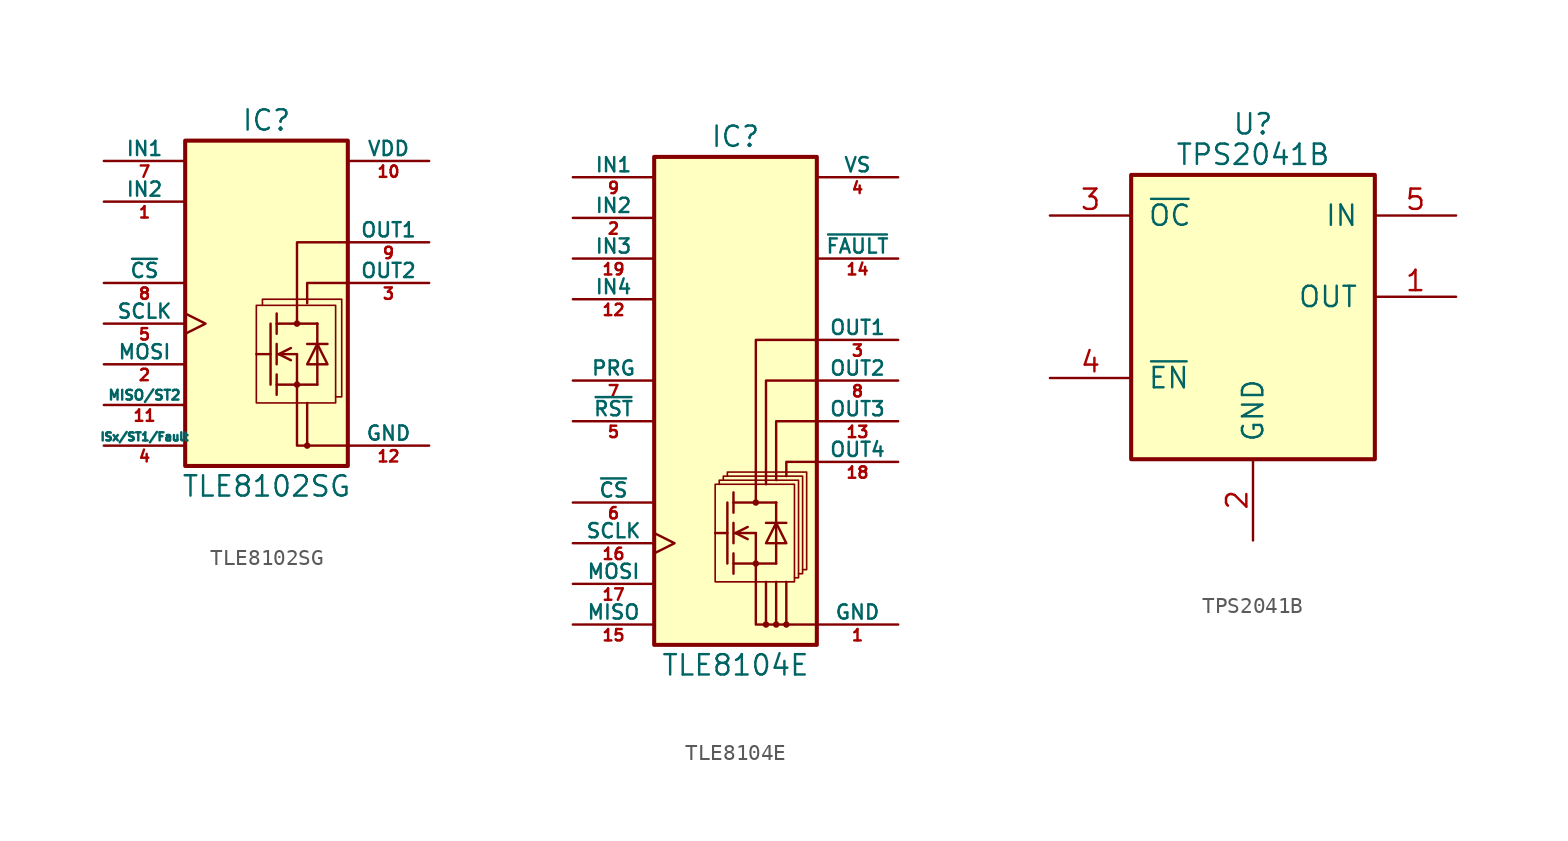
<source format=kicad_sym>
(kicad_symbol_lib
  (version 20201005)
  (generator kicad_symbol_editor)
  (symbol "Power_Management:TLE8102SG"
    (pin_names
      (offset 0))
    (property "Reference" "IC"
      (at 0 12.7 0)
      (effects (font (size 1.27 1.27))))
    (property "Value" "TLE8102SG"
      (at 0 -10.16 0)
      (effects (font (size 1.27 1.27))))
    (symbol "TLE8102SG_0_1"
      (circle (center 1.905 -3.81) (radius 0.127) (stroke (width 0.152)) (fill (type none)))
      (circle (center 1.905 0) (radius 0.127) (stroke (width 0.152)) (fill (type none)))
      (circle (center 2.54 -7.62) (radius 0.127) (stroke (width 0.152)) (fill (type none)))
      (rectangle (start -5.08 11.43) (end 5.08 -8.89) (stroke (width 0.254)) (fill (type background)))
      (rectangle (start -0.635 1.143) (end 4.318 -4.953) (stroke (width 0.102)) (fill (type background)))
      (polyline (pts (xy -0.635 -1.905) (xy 0.254 -1.905)) (stroke (width 0.152)) (fill (type none)))
      (polyline (pts (xy 0.254 0) (xy 0.254 -3.81)) (stroke (width 0.152)) (fill (type none)))
      (polyline (pts (xy 0.635 -3.81) (xy 3.175 -3.81)) (stroke (width 0.152)) (fill (type none)))
      (polyline (pts (xy 0.635 -3.175) (xy 0.635 -4.445)) (stroke (width 0.152)) (fill (type none)))
      (polyline (pts (xy 0.635 -1.27) (xy 0.635 -2.54)) (stroke (width 0.152)) (fill (type none)))
      (polyline (pts (xy 0.635 0.635) (xy 0.635 -0.635)) (stroke (width 0.152)) (fill (type none)))
      (polyline (pts (xy 0.762 -1.905) (xy 1.524 -2.286)) (stroke (width 0.152)) (fill (type none)))
      (polyline (pts (xy 0.762 -1.905) (xy 1.524 -1.524)) (stroke (width 0.152)) (fill (type none)))
      (polyline (pts (xy 0.762 -1.905) (xy 1.905 -1.905)) (stroke (width 0)) (fill (type none)))
      (polyline (pts (xy 2.54 -4.953) (xy 2.54 -7.62)) (stroke (width 0.152)) (fill (type none)))
      (polyline (pts (xy 2.54 -1.27) (xy 3.81 -1.27)) (stroke (width 0.152)) (fill (type none)))
      (polyline (pts (xy 3.175 0) (xy 0.635 0)) (stroke (width 0.152)) (fill (type none)))
      (polyline (pts (xy 3.175 0) (xy 3.175 -3.81)) (stroke (width 0.152)) (fill (type none)))
      (polyline (pts (xy 3.175 0) (xy 3.175 0)) (stroke (width 0)) (fill (type none)))
      (polyline (pts (xy 5.08 -7.62) (xy 2.54 -7.62)) (stroke (width 0.152)) (fill (type none)))
      (polyline (pts (xy 1.905 -1.905) (xy 1.905 -2.54) (xy 1.905 -3.81)) (stroke (width 0.152)) (fill (type none)))
      (polyline (pts (xy 1.905 0) (xy 1.905 5.08) (xy 5.08 5.08)) (stroke (width 0.152)) (fill (type none)))
      (polyline (pts (xy 2.54 -7.62) (xy 1.905 -7.62) (xy 1.905 -3.81)) (stroke (width 0.152)) (fill (type none)))
      (polyline (pts (xy 5.08 2.54) (xy 2.54 2.54) (xy 2.54 1.27)) (stroke (width 0.152)) (fill (type none)))
      (polyline (pts (xy 3.175 -1.27) (xy 2.54 -2.54) (xy 3.81 -2.54) (xy 3.175 -1.27)) (stroke (width 0.152)) (fill (type none)))
      (polyline (pts (xy -0.254 1.143) (xy -0.254 1.524) (xy 4.699 1.524) (xy 4.699 -4.572) (xy 4.318 -4.572)) (stroke (width 0.102)) (fill (type background))))
    (symbol "TLE8102SG_1_1"
      (pin input line (at -10.16 7.62 0) (length 5.08) (name "IN2" (effects (font (size 0.889 0.889)))) (number "1" (effects (font (size 0.711 0.711)))))
      (pin power_in line (at 10.16 10.16 180) (length 5.08) (name "VDD" (effects (font (size 0.889 0.889)))) (number "10" (effects (font (size 0.711 0.711)))))
      (pin passive line (at -10.16 -5.08 0) (length 5.08) (name "MISO/ST2" (effects (font (size 0.61 0.61)))) (number "11" (effects (font (size 0.711 0.711)))))
      (pin power_in line (at 10.16 -7.62 180) (length 5.08) (name "GND" (effects (font (size 0.889 0.889)))) (number "12" (effects (font (size 0.711 0.711)))))
      (pin passive line (at 10.16 -7.62 180) (length 5.08) hide (name "GND" (effects (font (size 0.889 0.889)))) (number "13" (effects (font (size 0.711 0.711)))))
      (pin input line (at -10.16 -2.54 0) (length 5.08) (name "MOSI" (effects (font (size 0.889 0.889)))) (number "2" (effects (font (size 0.711 0.711)))))
      (pin open_collector line (at 10.16 2.54 180) (length 5.08) (name "OUT2" (effects (font (size 0.889 0.889)))) (number "3" (effects (font (size 0.711 0.711)))))
      (pin passive line (at -10.16 -7.62 0) (length 5.08) (name "ISx/ST1/Fault" (effects (font (size 0.508 0.508)))) (number "4" (effects (font (size 0.711 0.711)))))
      (pin input clock (at -10.16 0 0) (length 5.08) (name "SCLK" (effects (font (size 0.889 0.889)))) (number "5" (effects (font (size 0.711 0.711)))))
      (pin passive line (at 10.16 -7.62 180) (length 5.08) hide (name "GND" (effects (font (size 0.889 0.889)))) (number "6" (effects (font (size 0.711 0.711)))))
      (pin input line (at -10.16 10.16 0) (length 5.08) (name "IN1" (effects (font (size 0.889 0.889)))) (number "7" (effects (font (size 0.711 0.711)))))
      (pin input line (at -10.16 2.54 0) (length 5.08) (name "~CS" (effects (font (size 0.889 0.889)))) (number "8" (effects (font (size 0.711 0.711)))))
      (pin open_collector line (at 10.16 5.08 180) (length 5.08) (name "OUT1" (effects (font (size 0.889 0.889)))) (number "9" (effects (font (size 0.711 0.711)))))))
  (symbol "Power_Management:TLE8104E"
    (pin_names
      (offset 0))
    (property "Reference" "IC"
      (at 0 17.78 0)
      (effects (font (size 1.27 1.27))))
    (property "Value" "TLE8104E"
      (at 0 -15.24 0)
      (effects (font (size 1.27 1.27))))
    (symbol "TLE8104E_0_1"
      (circle (center 1.27 -8.89) (radius 0.127) (stroke (width 0.152)) (fill (type none)))
      (circle (center 1.27 -5.08) (radius 0.127) (stroke (width 0.152)) (fill (type none)))
      (circle (center 1.905 -12.7) (radius 0.127) (stroke (width 0.152)) (fill (type none)))
      (circle (center 2.54 -12.7) (radius 0.127) (stroke (width 0.152)) (fill (type none)))
      (circle (center 3.175 -12.7) (radius 0.127) (stroke (width 0.152)) (fill (type none)))
      (rectangle (start -5.08 16.51) (end 5.08 -13.97) (stroke (width 0.254)) (fill (type background)))
      (rectangle (start -1.27 -3.937) (end 3.683 -10.033) (stroke (width 0.102)) (fill (type background)))
      (polyline (pts (xy -1.27 -6.985) (xy -0.508 -6.985)) (stroke (width 0.152)) (fill (type none)))
      (polyline (pts (xy -0.508 -5.08) (xy -0.508 -8.89)) (stroke (width 0.152)) (fill (type none)))
      (polyline (pts (xy -0.127 -8.89) (xy 2.54 -8.89)) (stroke (width 0.152)) (fill (type none)))
      (polyline (pts (xy -0.127 -8.255) (xy -0.127 -9.525)) (stroke (width 0.152)) (fill (type none)))
      (polyline (pts (xy -0.127 -6.35) (xy -0.127 -7.62)) (stroke (width 0.152)) (fill (type none)))
      (polyline (pts (xy -0.127 -4.445) (xy -0.127 -5.715)) (stroke (width 0.152)) (fill (type none)))
      (polyline (pts (xy 0 -6.985) (xy 0.762 -7.366)) (stroke (width 0.152)) (fill (type none)))
      (polyline (pts (xy 0 -6.985) (xy 0.762 -6.604)) (stroke (width 0.152)) (fill (type none)))
      (polyline (pts (xy 0 -6.985) (xy 1.27 -6.985)) (stroke (width 0.152)) (fill (type none)))
      (polyline (pts (xy 1.905 -10.033) (xy 1.905 -12.7)) (stroke (width 0.152)) (fill (type none)))
      (polyline (pts (xy 1.905 -6.35) (xy 3.175 -6.35)) (stroke (width 0.152)) (fill (type none)))
      (polyline (pts (xy 2.54 -12.7) (xy 2.54 -10.033)) (stroke (width 0.152)) (fill (type none)))
      (polyline (pts (xy 2.54 -5.08) (xy -0.127 -5.08)) (stroke (width 0.152)) (fill (type none)))
      (polyline (pts (xy 2.54 -5.08) (xy 2.54 -8.89)) (stroke (width 0)) (fill (type none)))
      (polyline (pts (xy 2.54 -5.08) (xy 2.54 -5.08)) (stroke (width 0)) (fill (type none)))
      (polyline (pts (xy 3.175 -12.7) (xy 3.175 -10.033)) (stroke (width 0.152)) (fill (type none)))
      (polyline (pts (xy 1.27 -6.985) (xy 1.27 -7.62) (xy 1.27 -8.89)) (stroke (width 0.152)) (fill (type none)))
      (polyline (pts (xy 1.27 -5.08) (xy 1.27 5.08) (xy 5.08 5.08)) (stroke (width 0.152)) (fill (type none)))
      (polyline (pts (xy 5.08 -12.7) (xy 1.27 -12.7) (xy 1.27 -8.89)) (stroke (width 0.152)) (fill (type none)))
      (polyline (pts (xy 5.08 -2.54) (xy 3.175 -2.54) (xy 3.175 -3.429)) (stroke (width 0.152)) (fill (type none)))
      (polyline (pts (xy 5.08 0) (xy 2.54 0) (xy 2.54 -3.683)) (stroke (width 0.152)) (fill (type none)))
      (polyline (pts (xy 5.08 2.54) (xy 1.905 2.54) (xy 1.905 -3.937)) (stroke (width 0.152)) (fill (type none)))
      (polyline (pts (xy 2.54 -6.35) (xy 1.905 -7.62) (xy 3.175 -7.62) (xy 2.54 -6.35)) (stroke (width 0.152)) (fill (type none)))
      (polyline (pts (xy -1.016 -3.937) (xy -1.016 -3.683) (xy 3.937 -3.683) (xy 3.937 -9.779) (xy 3.683 -9.779)) (stroke (width 0.102)) (fill (type background)))
      (polyline (pts (xy -0.762 -3.683) (xy -0.762 -3.429) (xy 4.191 -3.429) (xy 4.191 -9.525) (xy 3.937 -9.525)) (stroke (width 0.102)) (fill (type background)))
      (polyline (pts (xy -0.508 -3.429) (xy -0.508 -3.175) (xy 4.445 -3.175) (xy 4.445 -9.271) (xy 4.191 -9.271)) (stroke (width 0.102)) (fill (type background))))
    (symbol "TLE8104E_1_1"
      (pin power_in line (at 10.16 -12.7 180) (length 5.08) (name "GND" (effects (font (size 0.889 0.889)))) (number "1" (effects (font (size 0.711 0.711)))))
      (pin passive line (at 10.16 -12.7 180) (length 5.08) hide (name "GND" (effects (font (size 0.889 0.889)))) (number "10" (effects (font (size 0.711 0.711)))))
      (pin passive line (at 10.16 -12.7 180) (length 5.08) hide (name "GND" (effects (font (size 0.889 0.889)))) (number "11" (effects (font (size 0.711 0.711)))))
      (pin input line (at -10.16 7.62 0) (length 5.08) (name "IN4" (effects (font (size 0.889 0.889)))) (number "12" (effects (font (size 0.711 0.711)))))
      (pin open_collector line (at 10.16 0 180) (length 5.08) (name "OUT3" (effects (font (size 0.889 0.889)))) (number "13" (effects (font (size 0.711 0.711)))))
      (pin output line (at 10.16 10.16 180) (length 5.08) (name "~FAULT" (effects (font (size 0.889 0.889)))) (number "14" (effects (font (size 0.711 0.711)))))
      (pin passive line (at -10.16 -12.7 0) (length 5.08) (name "MISO" (effects (font (size 0.889 0.889)))) (number "15" (effects (font (size 0.711 0.711)))))
      (pin input clock (at -10.16 -7.62 0) (length 5.08) (name "SCLK" (effects (font (size 0.889 0.889)))) (number "16" (effects (font (size 0.711 0.711)))))
      (pin input line (at -10.16 -10.16 0) (length 5.08) (name "MOSI" (effects (font (size 0.889 0.889)))) (number "17" (effects (font (size 0.711 0.711)))))
      (pin open_collector line (at 10.16 -2.54 180) (length 5.08) (name "OUT4" (effects (font (size 0.889 0.889)))) (number "18" (effects (font (size 0.711 0.711)))))
      (pin input line (at -10.16 10.16 0) (length 5.08) (name "IN3" (effects (font (size 0.889 0.889)))) (number "19" (effects (font (size 0.711 0.711)))))
      (pin input line (at -10.16 12.7 0) (length 5.08) (name "IN2" (effects (font (size 0.889 0.889)))) (number "2" (effects (font (size 0.711 0.711)))))
      (pin passive line (at 10.16 -12.7 180) (length 5.08) hide (name "GND" (effects (font (size 0.889 0.889)))) (number "20" (effects (font (size 0.711 0.711)))))
      (pin passive line (at 10.16 -12.7 180) (length 5.08) hide (name "GND" (effects (font (size 0.889 0.889)))) (number "21" (effects (font (size 0.711 0.711)))))
      (pin open_collector line (at 10.16 5.08 180) (length 5.08) (name "OUT1" (effects (font (size 0.889 0.889)))) (number "3" (effects (font (size 0.711 0.711)))))
      (pin power_in line (at 10.16 15.24 180) (length 5.08) (name "VS" (effects (font (size 0.889 0.889)))) (number "4" (effects (font (size 0.711 0.711)))))
      (pin input line (at -10.16 0 0) (length 5.08) (name "~RST" (effects (font (size 0.889 0.889)))) (number "5" (effects (font (size 0.711 0.711)))))
      (pin input line (at -10.16 -5.08 0) (length 5.08) (name "~CS" (effects (font (size 0.889 0.889)))) (number "6" (effects (font (size 0.711 0.711)))))
      (pin input line (at -10.16 2.54 0) (length 5.08) (name "PRG" (effects (font (size 0.889 0.889)))) (number "7" (effects (font (size 0.711 0.711)))))
      (pin open_collector line (at 10.16 2.54 180) (length 5.08) (name "OUT2" (effects (font (size 0.889 0.889)))) (number "8" (effects (font (size 0.711 0.711)))))
      (pin input line (at -10.16 15.24 0) (length 5.08) (name "IN1" (effects (font (size 0.889 0.889)))) (number "9" (effects (font (size 0.711 0.711)))))))
  (symbol "Power_Management:TPS2041B"
    (pin_names
      (offset 1.016))
    (property "Reference" "U"
      (at 0 10.795 0)
      (effects (font (size 1.27 1.27))))
    (property "Value" "TPS2041B"
      (at 0 8.89 0)
      (effects (font (size 1.27 1.27))))
    (symbol "TPS2041B_0_1"
      (rectangle (start -7.62 7.62) (end 7.62 -10.16) (stroke (width 0.254)) (fill (type background))))
    (symbol "TPS2041B_1_1"
      (pin power_out line (at 12.7 0 180) (length 5.08) (name "OUT" (effects (font (size 1.27 1.27)))) (number "1" (effects (font (size 1.27 1.27)))))
      (pin power_in line (at 0 -15.24 90) (length 5.08) (name "GND" (effects (font (size 1.27 1.27)))) (number "2" (effects (font (size 1.27 1.27)))))
      (pin open_collector line (at -12.7 5.08 0) (length 5.08) (name "~OC" (effects (font (size 1.27 1.27)))) (number "3" (effects (font (size 1.27 1.27)))))
      (pin input line (at -12.7 -5.08 0) (length 5.08) (name "~EN" (effects (font (size 1.27 1.27)))) (number "4" (effects (font (size 1.27 1.27)))))
      (pin power_in line (at 12.7 5.08 180) (length 5.08) (name "IN" (effects (font (size 1.27 1.27)))) (number "5" (effects (font (size 1.27 1.27))))))))
</source>
